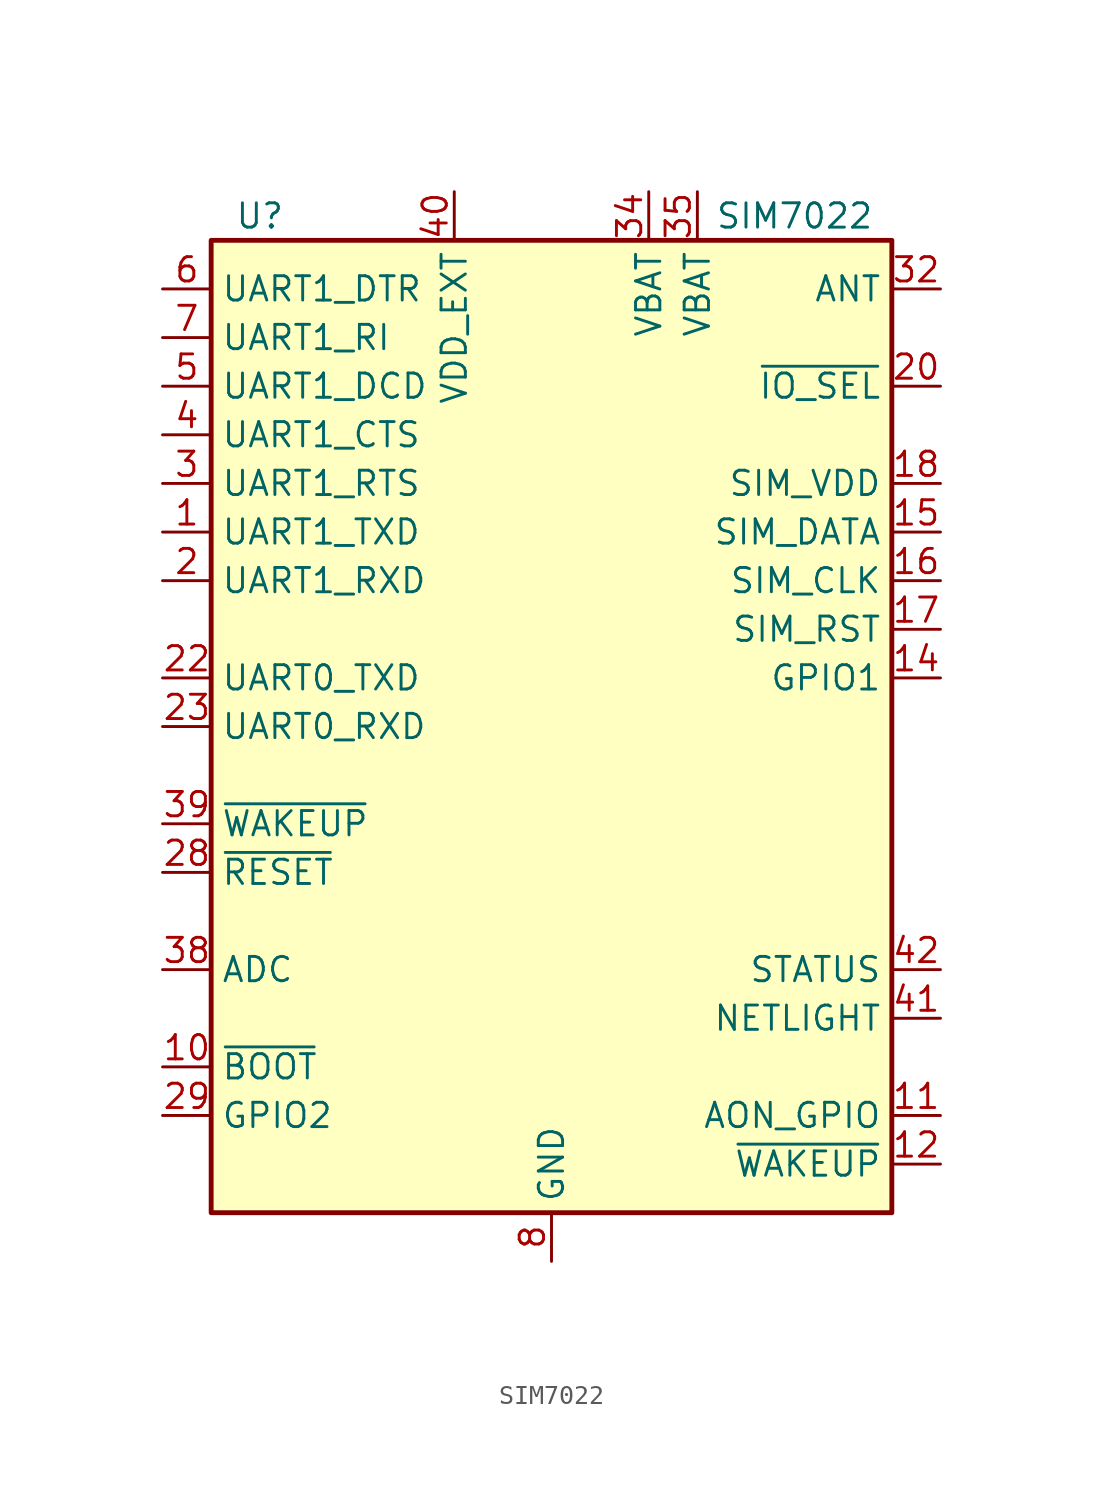
<source format=kicad_sym>
(kicad_symbol_lib
  (version 20231120)
  (generator "kicad_symbol_editor")
  (generator_version "8.0")
  (symbol "SIM7022"
    (property "Reference" "U"
      (at -15.24 26.67 0)
      (effects (font (size 1.27 1.27))))
    (property "Value" "SIM7022"
      (at 12.7 26.67 0)
      (effects (font (size 1.27 1.27))))
    (symbol "SIM7022_0_1"
      (rectangle (start -17.78 25.4) (end 17.78 -25.4) (stroke (width 0.254) (type default)) (fill (type background))))
    (symbol "SIM7022_1_1"
      (pin output line (at -20.32 10.16 0) (length 2.54) (name "UART1_TXD" (effects (font (size 1.27 1.27)))) (number "1" (effects (font (size 1.27 1.27)))))
      (pin input line (at -20.32 -17.78 0) (length 2.54) (name "~{BOOT}" (effects (font (size 1.27 1.27)))) (number "10" (effects (font (size 1.27 1.27)))))
      (pin bidirectional line (at 20.32 -20.32 180) (length 2.54) (name "AON_GPIO" (effects (font (size 1.27 1.27)))) (number "11" (effects (font (size 1.27 1.27)))))
      (pin input line (at 20.32 -22.86 180) (length 2.54) (name "~{WAKEUP}" (effects (font (size 1.27 1.27)))) (number "12" (effects (font (size 1.27 1.27)))))
      (pin power_in line (at 0 -27.94 90) (length 2.54) hide (name "GND" (effects (font (size 1.27 1.27)))) (number "13" (effects (font (size 1.27 1.27)))))
      (pin bidirectional line (at 20.32 2.54 180) (length 2.54) (name "GPIO1" (effects (font (size 1.27 1.27)))) (number "14" (effects (font (size 1.27 1.27)))))
      (pin bidirectional line (at 20.32 10.16 180) (length 2.54) (name "SIM_DATA" (effects (font (size 1.27 1.27)))) (number "15" (effects (font (size 1.27 1.27)))))
      (pin output line (at 20.32 7.62 180) (length 2.54) (name "SIM_CLK" (effects (font (size 1.27 1.27)))) (number "16" (effects (font (size 1.27 1.27)))))
      (pin output line (at 20.32 5.08 180) (length 2.54) (name "SIM_RST" (effects (font (size 1.27 1.27)))) (number "17" (effects (font (size 1.27 1.27)))))
      (pin power_out line (at 20.32 12.7 180) (length 2.54) (name "SIM_VDD" (effects (font (size 1.27 1.27)))) (number "18" (effects (font (size 1.27 1.27)))))
      (pin power_in line (at 0 -27.94 90) (length 2.54) hide (name "GND" (effects (font (size 1.27 1.27)))) (number "19" (effects (font (size 1.27 1.27)))))
      (pin input line (at -20.32 7.62 0) (length 2.54) (name "UART1_RXD" (effects (font (size 1.27 1.27)))) (number "2" (effects (font (size 1.27 1.27)))))
      (pin input line (at 20.32 17.78 180) (length 2.54) (name "~{IO_SEL}" (effects (font (size 1.27 1.27)))) (number "20" (effects (font (size 1.27 1.27)))))
      (pin power_in line (at 0 -27.94 90) (length 2.54) hide (name "GND" (effects (font (size 1.27 1.27)))) (number "21" (effects (font (size 1.27 1.27)))))
      (pin output line (at -20.32 2.54 0) (length 2.54) (name "UART0_TXD" (effects (font (size 1.27 1.27)))) (number "22" (effects (font (size 1.27 1.27)))))
      (pin input line (at -20.32 0 0) (length 2.54) (name "UART0_RXD" (effects (font (size 1.27 1.27)))) (number "23" (effects (font (size 1.27 1.27)))))
      (pin no_connect line (at 20.32 -2.54 180) (length 2.54) hide (name "RESERVED" (effects (font (size 1.27 1.27)))) (number "24" (effects (font (size 1.27 1.27)))))
      (pin no_connect line (at 20.32 -5.08 180) (length 2.54) hide (name "RESERVED" (effects (font (size 1.27 1.27)))) (number "25" (effects (font (size 1.27 1.27)))))
      (pin no_connect line (at 20.32 -7.62 180) (length 2.54) hide (name "RESERVED" (effects (font (size 1.27 1.27)))) (number "26" (effects (font (size 1.27 1.27)))))
      (pin power_in line (at 0 -27.94 90) (length 2.54) hide (name "GND" (effects (font (size 1.27 1.27)))) (number "27" (effects (font (size 1.27 1.27)))))
      (pin input line (at -20.32 -7.62 0) (length 2.54) (name "~{RESET}" (effects (font (size 1.27 1.27)))) (number "28" (effects (font (size 1.27 1.27)))))
      (pin bidirectional line (at -20.32 -20.32 0) (length 2.54) (name "GPIO2" (effects (font (size 1.27 1.27)))) (number "29" (effects (font (size 1.27 1.27)))))
      (pin input line (at -20.32 12.7 0) (length 2.54) (name "UART1_RTS" (effects (font (size 1.27 1.27)))) (number "3" (effects (font (size 1.27 1.27)))))
      (pin power_in line (at 0 -27.94 90) (length 2.54) hide (name "GND" (effects (font (size 1.27 1.27)))) (number "30" (effects (font (size 1.27 1.27)))))
      (pin power_in line (at 0 -27.94 90) (length 2.54) hide (name "GND" (effects (font (size 1.27 1.27)))) (number "31" (effects (font (size 1.27 1.27)))))
      (pin passive line (at 20.32 22.86 180) (length 2.54) (name "ANT" (effects (font (size 1.27 1.27)))) (number "32" (effects (font (size 1.27 1.27)))))
      (pin power_in line (at 0 -27.94 90) (length 2.54) hide (name "GND" (effects (font (size 1.27 1.27)))) (number "33" (effects (font (size 1.27 1.27)))))
      (pin power_in line (at 5.08 27.94 270) (length 2.54) (name "VBAT" (effects (font (size 1.27 1.27)))) (number "34" (effects (font (size 1.27 1.27)))))
      (pin power_in line (at 7.62 27.94 270) (length 2.54) (name "VBAT" (effects (font (size 1.27 1.27)))) (number "35" (effects (font (size 1.27 1.27)))))
      (pin power_in line (at 0 -27.94 90) (length 2.54) hide (name "GND" (effects (font (size 1.27 1.27)))) (number "36" (effects (font (size 1.27 1.27)))))
      (pin power_in line (at 0 -27.94 90) (length 2.54) hide (name "GND" (effects (font (size 1.27 1.27)))) (number "37" (effects (font (size 1.27 1.27)))))
      (pin input line (at -20.32 -12.7 0) (length 2.54) (name "ADC" (effects (font (size 1.27 1.27)))) (number "38" (effects (font (size 1.27 1.27)))))
      (pin input line (at -20.32 -5.08 0) (length 2.54) (name "~{WAKEUP}" (effects (font (size 1.27 1.27)))) (number "39" (effects (font (size 1.27 1.27)))))
      (pin output line (at -20.32 15.24 0) (length 2.54) (name "UART1_CTS" (effects (font (size 1.27 1.27)))) (number "4" (effects (font (size 1.27 1.27)))))
      (pin power_out line (at -5.08 27.94 270) (length 2.54) (name "VDD_EXT" (effects (font (size 1.27 1.27)))) (number "40" (effects (font (size 1.27 1.27)))))
      (pin output line (at 20.32 -15.24 180) (length 2.54) (name "NETLIGHT" (effects (font (size 1.27 1.27)))) (number "41" (effects (font (size 1.27 1.27)))))
      (pin output line (at 20.32 -12.7 180) (length 2.54) (name "STATUS" (effects (font (size 1.27 1.27)))) (number "42" (effects (font (size 1.27 1.27)))))
      (pin output line (at -20.32 17.78 0) (length 2.54) (name "UART1_DCD" (effects (font (size 1.27 1.27)))) (number "5" (effects (font (size 1.27 1.27)))))
      (pin input line (at -20.32 22.86 0) (length 2.54) (name "UART1_DTR" (effects (font (size 1.27 1.27)))) (number "6" (effects (font (size 1.27 1.27)))))
      (pin output line (at -20.32 20.32 0) (length 2.54) (name "UART1_RI" (effects (font (size 1.27 1.27)))) (number "7" (effects (font (size 1.27 1.27)))))
      (pin power_in line (at 0 -27.94 90) (length 2.54) (name "GND" (effects (font (size 1.27 1.27)))) (number "8" (effects (font (size 1.27 1.27)))))
      (pin no_connect line (at 0 27.94 270) (length 2.54) hide (name "RESERVED" (effects (font (size 1.27 1.27)))) (number "9" (effects (font (size 1.27 1.27))))))))
</source>
